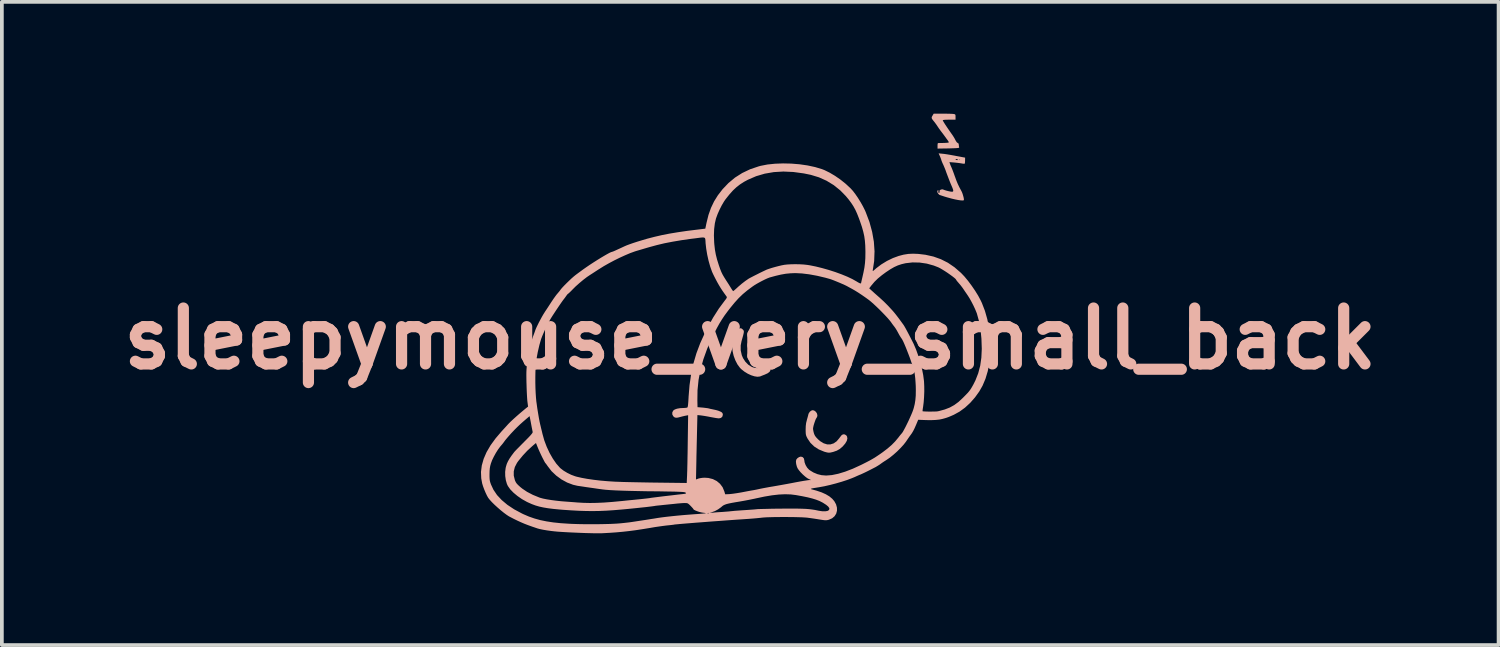
<source format=kicad_pcb>
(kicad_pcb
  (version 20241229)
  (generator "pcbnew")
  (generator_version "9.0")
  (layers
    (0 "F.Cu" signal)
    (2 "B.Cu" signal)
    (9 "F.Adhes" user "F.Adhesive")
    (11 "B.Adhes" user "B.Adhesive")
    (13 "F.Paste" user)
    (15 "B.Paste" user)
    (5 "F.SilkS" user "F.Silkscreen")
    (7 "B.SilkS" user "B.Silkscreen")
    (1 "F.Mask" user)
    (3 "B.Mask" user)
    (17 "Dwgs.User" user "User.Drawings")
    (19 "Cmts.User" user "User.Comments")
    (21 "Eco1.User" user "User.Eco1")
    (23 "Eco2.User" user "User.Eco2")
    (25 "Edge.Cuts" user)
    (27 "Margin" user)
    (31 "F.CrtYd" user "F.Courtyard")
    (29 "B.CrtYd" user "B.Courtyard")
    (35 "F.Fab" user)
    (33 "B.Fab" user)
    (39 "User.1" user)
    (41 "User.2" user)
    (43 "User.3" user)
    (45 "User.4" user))
  (footprint "sleepymouse_very_small_back"
    (layer "F.Cu")
    (at 16.452 6.039)
    (property "Reference" "sleepymouse_very_small_back" (at 0.633 0 0) (layer "B.SilkS") (effects (font (size 1.5 1.5) (thickness 0.3))))
    (attr board_only exclude_from_pos_files exclude_from_bom)
    (fp_poly (pts (xy 0.317 -0.262) (xy 0.276 -0.219) (xy 0.26 -0.19) (xy 0.234 -0.131) (xy 0.208 -0.055) (xy 0.184 0.027) (xy 0.165 0.108) (xy 0.153 0.177) (xy 0.15 0.217) (xy 0.16 0.337) (xy 0.189 0.462) (xy 0.234 0.582) (xy 0.291 0.692) (xy 0.359 0.784) (xy 0.396 0.821) (xy 0.478 0.886) (xy 0.568 0.941) (xy 0.659 0.983) (xy 0.747 1.011) (xy 0.826 1.023) (xy 0.891 1.016) (xy 0.905 1.012) (xy 0.934 1) (xy 0.979 0.982) (xy 1.019 0.967) (xy 1.1 0.93) (xy 1.152 0.891) (xy 1.175 0.852) (xy 1.17 0.81) (xy 1.14 0.769) (xy 1.091 0.74) (xy 1.035 0.734) (xy 0.98 0.753) (xy 0.967 0.762) (xy 0.919 0.784) (xy 0.854 0.793) (xy 0.78 0.788) (xy 0.707 0.771) (xy 0.67 0.756) (xy 0.582 0.7) (xy 0.504 0.621) (xy 0.442 0.526) (xy 0.408 0.448) (xy 0.378 0.314) (xy 0.378 0.182) (xy 0.399 0.073) (xy 0.425 -0.02) (xy 0.444 -0.089) (xy 0.456 -0.139) (xy 0.462 -0.173) (xy 0.462 -0.197) (xy 0.458 -0.214) (xy 0.449 -0.229) (xy 0.445 -0.235) (xy 0.405 -0.271) (xy 0.361 -0.28)) (stroke (width 0) (type solid)) (fill yes) (layer "B.SilkS"))
    (fp_poly (pts (xy 2.269 1.933) (xy 2.229 1.966) (xy 2.201 2.011) (xy 2.194 2.032) (xy 2.186 2.067) (xy 2.172 2.118) (xy 2.155 2.177) (xy 2.154 2.184) (xy 2.134 2.263) (xy 2.124 2.345) (xy 2.121 2.44) (xy 2.122 2.509) (xy 2.125 2.558) (xy 2.133 2.596) (xy 2.147 2.633) (xy 2.17 2.677) (xy 2.172 2.682) (xy 2.25 2.797) (xy 2.351 2.895) (xy 2.473 2.973) (xy 2.615 3.032) (xy 2.64 3.04) (xy 2.698 3.055) (xy 2.744 3.061) (xy 2.789 3.057) (xy 2.848 3.043) (xy 2.858 3.041) (xy 2.956 3.007) (xy 3.037 2.961) (xy 3.113 2.896) (xy 3.117 2.892) (xy 3.183 2.815) (xy 3.225 2.744) (xy 3.241 2.68) (xy 3.232 2.626) (xy 3.212 2.597) (xy 3.172 2.571) (xy 3.127 2.568) (xy 3.089 2.588) (xy 3.068 2.614) (xy 3.038 2.652) (xy 3.023 2.673) (xy 2.952 2.756) (xy 2.873 2.811) (xy 2.787 2.838) (xy 2.698 2.838) (xy 2.605 2.809) (xy 2.513 2.753) (xy 2.457 2.705) (xy 2.407 2.653) (xy 2.374 2.611) (xy 2.353 2.568) (xy 2.342 2.537) (xy 2.329 2.484) (xy 2.321 2.437) (xy 2.319 2.416) (xy 2.324 2.379) (xy 2.336 2.326) (xy 2.354 2.267) (xy 2.374 2.209) (xy 2.393 2.16) (xy 2.41 2.13) (xy 2.414 2.125) (xy 2.429 2.099) (xy 2.436 2.059) (xy 2.436 2.056) (xy 2.424 2.007) (xy 2.394 1.962) (xy 2.352 1.931) (xy 2.312 1.92)) (stroke (width 0) (type solid)) (fill yes) (layer "B.SilkS"))
    (fp_poly (pts (xy 5.529 -5.991) (xy 5.508 -5.954) (xy 5.503 -5.925) (xy 5.513 -5.897) (xy 5.542 -5.858) (xy 5.551 -5.847) (xy 5.589 -5.8) (xy 5.631 -5.742) (xy 5.657 -5.703) (xy 5.697 -5.644) (xy 5.743 -5.58) (xy 5.77 -5.545) (xy 5.808 -5.495) (xy 5.845 -5.445) (xy 5.866 -5.416) (xy 5.899 -5.37) (xy 5.932 -5.326) (xy 5.937 -5.319) (xy 5.957 -5.288) (xy 5.963 -5.267) (xy 5.962 -5.265) (xy 5.943 -5.26) (xy 5.903 -5.256) (xy 5.847 -5.253) (xy 5.817 -5.252) (xy 5.757 -5.251) (xy 5.708 -5.25) (xy 5.678 -5.249) (xy 5.672 -5.248) (xy 5.665 -5.234) (xy 5.661 -5.2) (xy 5.661 -5.174) (xy 5.661 -5.101) (xy 5.833 -5.104) (xy 5.917 -5.105) (xy 6.005 -5.107) (xy 6.086 -5.11) (xy 6.127 -5.111) (xy 6.188 -5.115) (xy 6.223 -5.119) (xy 6.24 -5.126) (xy 6.242 -5.137) (xy 6.241 -5.139) (xy 6.234 -5.17) (xy 6.232 -5.203) (xy 6.224 -5.238) (xy 6.203 -5.251) (xy 6.178 -5.269) (xy 6.153 -5.306) (xy 6.144 -5.323) (xy 6.118 -5.373) (xy 6.084 -5.429) (xy 6.068 -5.454) (xy 5.99 -5.565) (xy 5.924 -5.661) (xy 5.871 -5.74) (xy 5.832 -5.802) (xy 5.808 -5.843) (xy 5.801 -5.863) (xy 5.801 -5.864) (xy 5.818 -5.869) (xy 5.858 -5.874) (xy 5.915 -5.876) (xy 5.977 -5.877) (xy 6.144 -5.877) (xy 6.144 -5.949) (xy 6.143 -5.992) (xy 6.136 -6.014) (xy 6.118 -6.025) (xy 6.099 -6.029) (xy 6.069 -6.032) (xy 6.016 -6.035) (xy 5.945 -6.037) (xy 5.864 -6.038) (xy 5.805 -6.039) (xy 5.558 -6.039)) (stroke (width 0) (type solid)) (fill yes) (layer "B.SilkS"))
    (fp_poly (pts (xy 5.727 -4.89) (xy 5.746 -4.844) (xy 5.759 -4.808) (xy 5.763 -4.792) (xy 5.769 -4.773) (xy 5.784 -4.735) (xy 5.806 -4.685) (xy 5.813 -4.672) (xy 5.837 -4.616) (xy 5.858 -4.566) (xy 5.871 -4.532) (xy 5.873 -4.529) (xy 5.882 -4.502) (xy 5.899 -4.454) (xy 5.922 -4.393) (xy 5.948 -4.325) (xy 5.974 -4.257) (xy 5.998 -4.196) (xy 6.017 -4.149) (xy 6.027 -4.126) (xy 6.059 -4.052) (xy 6.078 -4) (xy 6.083 -3.967) (xy 6.076 -3.949) (xy 6.056 -3.943) (xy 6.05 -3.943) (xy 6.015 -3.946) (xy 5.965 -3.956) (xy 5.911 -3.969) (xy 5.86 -3.984) (xy 5.824 -3.997) (xy 5.813 -4.003) (xy 5.787 -4.008) (xy 5.753 -4.001) (xy 5.722 -3.985) (xy 5.714 -3.964) (xy 5.716 -3.949) (xy 5.716 -3.921) (xy 5.699 -3.913) (xy 5.682 -3.92) (xy 5.683 -3.946) (xy 5.684 -3.95) (xy 5.685 -3.979) (xy 5.673 -3.986) (xy 5.658 -3.969) (xy 5.655 -3.963) (xy 5.656 -3.931) (xy 5.675 -3.895) (xy 5.705 -3.864) (xy 5.716 -3.857) (xy 5.738 -3.849) (xy 5.784 -3.834) (xy 5.845 -3.814) (xy 5.918 -3.792) (xy 5.948 -3.784) (xy 6.042 -3.758) (xy 6.132 -3.737) (xy 6.214 -3.721) (xy 6.283 -3.711) (xy 6.335 -3.708) (xy 6.363 -3.713) (xy 6.366 -3.715) (xy 6.369 -3.735) (xy 6.364 -3.775) (xy 6.351 -3.826) (xy 6.335 -3.881) (xy 6.316 -3.932) (xy 6.302 -3.96) (xy 6.248 -4.061) (xy 6.205 -4.15) (xy 6.168 -4.239) (xy 6.132 -4.339) (xy 6.128 -4.348) (xy 6.102 -4.422) (xy 6.075 -4.495) (xy 6.051 -4.556) (xy 6.037 -4.59) (xy 6.015 -4.639) (xy 5.998 -4.683) (xy 5.991 -4.703) (xy 5.98 -4.738) (xy 6.102 -4.728) (xy 6.172 -4.721) (xy 6.242 -4.713) (xy 6.298 -4.704) (xy 6.303 -4.703) (xy 6.348 -4.696) (xy 6.38 -4.694) (xy 6.39 -4.697) (xy 6.396 -4.716) (xy 6.399 -4.754) (xy 6.4 -4.782) (xy 6.4 -4.803) (xy 6.257 -4.803) (xy 6.255 -4.794) (xy 6.247 -4.793) (xy 6.237 -4.797) (xy 6.213 -4.797) (xy 6.198 -4.793) (xy 6.185 -4.793) (xy 6.155 -4.797) (xy 6.144 -4.807) (xy 6.155 -4.82) (xy 6.181 -4.818) (xy 6.203 -4.807) (xy 6.213 -4.797) (xy 6.237 -4.797) (xy 6.235 -4.798) (xy 6.237 -4.803) (xy 6.255 -4.804) (xy 6.257 -4.803) (xy 6.4 -4.803) (xy 6.401 -4.858) (xy 6.342 -4.869) (xy 6.306 -4.876) (xy 6.248 -4.887) (xy 6.176 -4.9) (xy 6.099 -4.915) (xy 6.087 -4.917) (xy 6.004 -4.932) (xy 5.921 -4.946) (xy 5.847 -4.957) (xy 5.792 -4.963) (xy 5.79 -4.963) (xy 5.69 -4.973)) (stroke (width 0) (type solid)) (fill yes) (layer "B.SilkS"))
    (fp_poly (pts (xy 1.299 -4.695) (xy 1.097 -4.674) (xy 0.912 -4.638) (xy 0.861 -4.624) (xy 0.63 -4.546) (xy 0.418 -4.445) (xy 0.224 -4.322) (xy 0.047 -4.174) (xy -0.11 -4.009) (xy -0.235 -3.847) (xy -0.337 -3.683) (xy -0.42 -3.509) (xy -0.487 -3.32) (xy -0.539 -3.11) (xy -0.54 -3.106) (xy -0.572 -2.952) (xy -0.794 -2.925) (xy -1.063 -2.892) (xy -1.308 -2.856) (xy -1.532 -2.819) (xy -1.741 -2.778) (xy -1.939 -2.732) (xy -2.132 -2.682) (xy -2.254 -2.646) (xy -2.393 -2.604) (xy -2.507 -2.567) (xy -2.602 -2.534) (xy -2.682 -2.504) (xy -2.751 -2.474) (xy -2.757 -2.471) (xy -2.856 -2.425) (xy -2.933 -2.39) (xy -2.989 -2.364) (xy -3.028 -2.347) (xy -3.053 -2.337) (xy -3.069 -2.332) (xy -3.075 -2.33) (xy -3.102 -2.322) (xy -3.149 -2.3) (xy -3.213 -2.265) (xy -3.291 -2.22) (xy -3.38 -2.167) (xy -3.475 -2.108) (xy -3.573 -2.046) (xy -3.671 -1.982) (xy -3.765 -1.918) (xy -3.852 -1.857) (xy -3.912 -1.813) (xy -3.968 -1.772) (xy -4.026 -1.729) (xy -4.064 -1.7) (xy -4.108 -1.664) (xy -4.164 -1.615) (xy -4.226 -1.556) (xy -4.29 -1.494) (xy -4.351 -1.433) (xy -4.402 -1.379) (xy -4.44 -1.336) (xy -4.453 -1.319) (xy -4.487 -1.273) (xy -4.525 -1.228) (xy -4.529 -1.223) (xy -4.56 -1.187) (xy -4.597 -1.138) (xy -4.643 -1.074) (xy -4.699 -0.991) (xy -4.756 -0.903) (xy -4.797 -0.84) (xy -4.838 -0.778) (xy -4.873 -0.726) (xy -4.886 -0.705) (xy -4.918 -0.654) (xy -4.957 -0.587) (xy -4.998 -0.511) (xy -5.04 -0.432) (xy -5.077 -0.357) (xy -5.108 -0.292) (xy -5.129 -0.243) (xy -5.133 -0.232) (xy -5.148 -0.187) (xy -5.17 -0.127) (xy -5.194 -0.063) (xy -5.199 -0.051) (xy -5.235 0.059) (xy -5.271 0.197) (xy -5.304 0.358) (xy -5.336 0.54) (xy -5.348 0.623) (xy -5.358 0.698) (xy -5.366 0.765) (xy -5.371 0.829) (xy -5.374 0.896) (xy -5.375 0.974) (xy -5.374 1.068) (xy -5.372 1.184) (xy -5.371 1.202) (xy -5.368 1.311) (xy -5.364 1.418) (xy -5.359 1.517) (xy -5.354 1.603) (xy -5.349 1.668) (xy -5.346 1.692) (xy -5.329 1.824) (xy -5.385 1.868) (xy -5.467 1.936) (xy -5.555 2.01) (xy -5.642 2.086) (xy -5.723 2.159) (xy -5.794 2.225) (xy -5.849 2.28) (xy -5.867 2.299) (xy -5.92 2.358) (xy -5.979 2.422) (xy -6.031 2.479) (xy -6.036 2.484) (xy -6.2 2.676) (xy -6.336 2.863) (xy -6.443 3.046) (xy -6.521 3.226) (xy -6.571 3.403) (xy -6.593 3.577) (xy -6.586 3.749) (xy -6.561 3.885) (xy -6.538 3.961) (xy -6.506 4.048) (xy -6.469 4.136) (xy -6.431 4.216) (xy -6.399 4.272) (xy -6.359 4.323) (xy -6.301 4.387) (xy -6.229 4.458) (xy -6.148 4.532) (xy -6.064 4.605) (xy -5.981 4.672) (xy -5.904 4.729) (xy -5.84 4.771) (xy -5.824 4.779) (xy -5.711 4.838) (xy -5.612 4.886) (xy -5.52 4.928) (xy -5.429 4.967) (xy -5.331 5.005) (xy -5.22 5.045) (xy -5.087 5.09) (xy -5.083 5.092) (xy -5.016 5.11) (xy -4.925 5.129) (xy -4.818 5.147) (xy -4.701 5.163) (xy -4.621 5.172) (xy -4.539 5.18) (xy -4.437 5.187) (xy -4.318 5.194) (xy -4.187 5.201) (xy -4.05 5.207) (xy -3.912 5.213) (xy -3.777 5.218) (xy -3.649 5.221) (xy -3.535 5.224) (xy -3.439 5.224) (xy -3.365 5.223) (xy -3.346 5.223) (xy -3.144 5.212) (xy -2.96 5.199) (xy -2.786 5.183) (xy -2.615 5.164) (xy -2.439 5.141) (xy -2.25 5.112) (xy -2.041 5.078) (xy -2.019 5.074) (xy -1.92 5.057) (xy -1.816 5.042) (xy -1.716 5.028) (xy -1.631 5.017) (xy -1.594 5.013) (xy -1.525 5.006) (xy -1.466 4.999) (xy -1.423 4.994) (xy -1.404 4.99) (xy -1.383 4.987) (xy -1.336 4.983) (xy -1.265 4.976) (xy -1.173 4.968) (xy -1.063 4.959) (xy -0.939 4.949) (xy -0.802 4.938) (xy -0.655 4.927) (xy -0.502 4.915) (xy -0.345 4.903) (xy -0.187 4.892) (xy -0.03 4.88) (xy 0.121 4.869) (xy 0.265 4.859) (xy 0.399 4.85) (xy 0.487 4.844) (xy 0.591 4.837) (xy 0.694 4.829) (xy 0.789 4.821) (xy 0.87 4.813) (xy 0.929 4.807) (xy 0.941 4.805) (xy 0.995 4.8) (xy 1.074 4.795) (xy 1.173 4.792) (xy 1.286 4.789) (xy 1.41 4.788) (xy 1.54 4.787) (xy 1.67 4.788) (xy 1.796 4.789) (xy 1.914 4.792) (xy 2.018 4.795) (xy 2.104 4.8) (xy 2.168 4.805) (xy 2.172 4.806) (xy 2.247 4.816) (xy 2.337 4.829) (xy 2.429 4.843) (xy 2.49 4.853) (xy 2.567 4.865) (xy 2.621 4.872) (xy 2.661 4.874) (xy 2.694 4.872) (xy 2.727 4.865) (xy 2.748 4.859) (xy 2.833 4.821) (xy 2.897 4.766) (xy 2.941 4.697) (xy 2.944 4.686) (xy -0.475 4.686) (xy -0.495 4.688) (xy -0.511 4.686) (xy -0.559 4.686) (xy -0.575 4.689) (xy -0.616 4.693) (xy -0.677 4.699) (xy -0.754 4.705) (xy -0.843 4.711) (xy -0.871 4.713) (xy -1.015 4.724) (xy -1.165 4.736) (xy -1.317 4.75) (xy -1.465 4.765) (xy -1.602 4.78) (xy -1.724 4.795) (xy -1.825 4.809) (xy -1.858 4.814) (xy -1.91 4.823) (xy -1.965 4.832) (xy -2.027 4.841) (xy -2.1 4.853) (xy -2.188 4.867) (xy -2.295 4.883) (xy -2.425 4.903) (xy -2.518 4.917) (xy -2.622 4.932) (xy -2.738 4.945) (xy -2.854 4.957) (xy -2.957 4.965) (xy -2.979 4.966) (xy -3.119 4.973) (xy -3.28 4.977) (xy -3.454 4.98) (xy -3.635 4.981) (xy -3.815 4.98) (xy -3.985 4.977) (xy -4.139 4.972) (xy -4.225 4.968) (xy -4.452 4.953) (xy -4.654 4.932) (xy -4.836 4.904) (xy -5.002 4.87) (xy -5.157 4.827) (xy -5.304 4.776) (xy -5.449 4.714) (xy -5.493 4.693) (xy -5.702 4.581) (xy -5.883 4.461) (xy -6.036 4.333) (xy -6.162 4.198) (xy -6.259 4.054) (xy -6.325 3.912) (xy -6.343 3.86) (xy -6.355 3.815) (xy -6.361 3.767) (xy -6.364 3.708) (xy -6.364 3.635) (xy -6.362 3.548) (xy -6.356 3.479) (xy -6.345 3.417) (xy -6.327 3.352) (xy -6.325 3.346) (xy -6.294 3.262) (xy -6.248 3.167) (xy -6.194 3.069) (xy -6.136 2.977) (xy -6.079 2.9) (xy -6.056 2.873) (xy -6.015 2.825) (xy -5.976 2.774) (xy -5.958 2.748) (xy -5.934 2.717) (xy -5.895 2.67) (xy -5.845 2.612) (xy -5.789 2.549) (xy -5.761 2.519) (xy -5.688 2.442) (xy -5.619 2.373) (xy -5.549 2.306) (xy -5.47 2.235) (xy -5.376 2.154) (xy -5.337 2.121) (xy -5.289 2.08) (xy -5.281 2.114) (xy -5.276 2.141) (xy -5.266 2.19) (xy -5.254 2.253) (xy -5.244 2.308) (xy -5.231 2.377) (xy -5.219 2.437) (xy -5.21 2.482) (xy -5.206 2.501) (xy -5.206 2.515) (xy -5.215 2.534) (xy -5.235 2.561) (xy -5.267 2.599) (xy -5.315 2.65) (xy -5.381 2.717) (xy -5.437 2.773) (xy -5.506 2.843) (xy -5.57 2.908) (xy -5.625 2.963) (xy -5.667 3.007) (xy -5.693 3.035) (xy -5.699 3.042) (xy -5.772 3.139) (xy -5.828 3.221) (xy -5.869 3.293) (xy -5.9 3.361) (xy -5.921 3.431) (xy -5.931 3.471) (xy -5.944 3.576) (xy -5.942 3.688) (xy -5.926 3.799) (xy -5.897 3.899) (xy -5.871 3.955) (xy -5.808 4.044) (xy -5.721 4.134) (xy -5.614 4.223) (xy -5.493 4.307) (xy -5.361 4.381) (xy -5.325 4.398) (xy -5.228 4.441) (xy -5.131 4.477) (xy -5.029 4.507) (xy -4.918 4.531) (xy -4.793 4.552) (xy -4.65 4.57) (xy -4.484 4.586) (xy -4.386 4.594) (xy -4.164 4.609) (xy -3.961 4.62) (xy -3.773 4.626) (xy -3.592 4.628) (xy -3.412 4.625) (xy -3.226 4.617) (xy -3.029 4.604) (xy -2.813 4.586) (xy -2.664 4.572) (xy -2.532 4.559) (xy -2.405 4.546) (xy -2.285 4.533) (xy -2.177 4.522) (xy -2.085 4.511) (xy -2.011 4.502) (xy -1.96 4.495) (xy -1.939 4.492) (xy -1.912 4.487) (xy -1.864 4.481) (xy -1.803 4.475) (xy -1.763 4.471) (xy -1.69 4.463) (xy -1.599 4.454) (xy -1.502 4.444) (xy -1.411 4.435) (xy -1.328 4.426) (xy -1.248 4.419) (xy -1.18 4.414) (xy -1.13 4.412) (xy -1.124 4.412) (xy -1.081 4.413) (xy -1.05 4.419) (xy -1.023 4.435) (xy -0.989 4.466) (xy -0.967 4.488) (xy -0.93 4.527) (xy -0.903 4.558) (xy -0.891 4.576) (xy -0.891 4.577) (xy -0.878 4.592) (xy -0.843 4.61) (xy -0.794 4.63) (xy -0.739 4.649) (xy -0.683 4.663) (xy -0.64 4.671) (xy -0.595 4.676) (xy -0.566 4.682) (xy -0.559 4.686) (xy -0.511 4.686) (xy -0.516 4.686) (xy -0.513 4.68) (xy -0.483 4.678) (xy -0.477 4.68) (xy -0.475 4.686) (xy 2.944 4.686) (xy 2.962 4.618) (xy 2.962 4.568) (xy 2.759 4.568) (xy 2.746 4.601) (xy 2.708 4.624) (xy 2.648 4.634) (xy 2.569 4.633) (xy 2.473 4.619) (xy 2.436 4.611) (xy 2.367 4.597) (xy 2.295 4.586) (xy 2.215 4.576) (xy 2.126 4.569) (xy 2.023 4.565) (xy 1.904 4.562) (xy 1.765 4.561) (xy 1.603 4.561) (xy 1.44 4.563) (xy 1.31 4.564) (xy 1.188 4.566) (xy 1.077 4.569) (xy 0.98 4.571) (xy 0.902 4.573) (xy 0.845 4.575) (xy 0.813 4.577) (xy 0.809 4.578) (xy 0.778 4.581) (xy 0.724 4.586) (xy 0.652 4.591) (xy 0.568 4.597) (xy 0.494 4.602) (xy 0.4 4.608) (xy 0.307 4.615) (xy 0.222 4.621) (xy 0.154 4.628) (xy 0.12 4.631) (xy 0.058 4.638) (xy -0.021 4.644) (xy -0.106 4.651) (xy -0.158 4.654) (xy -0.225 4.658) (xy -0.28 4.662) (xy -0.317 4.665) (xy -0.33 4.667) (xy -0.345 4.669) (xy -0.379 4.671) (xy -0.396 4.672) (xy -0.458 4.673) (xy -0.403 4.66) (xy -0.318 4.63) (xy -0.229 4.582) (xy -0.148 4.524) (xy -0.135 4.512) (xy -0.108 4.489) (xy -0.078 4.47) (xy -0.042 4.454) (xy 0.004 4.438) (xy 0.066 4.423) (xy 0.145 4.407) (xy 0.247 4.389) (xy 0.333 4.375) (xy 0.475 4.35) (xy 0.616 4.323) (xy 0.743 4.297) (xy 0.787 4.287) (xy 1.014 4.239) (xy 1.217 4.205) (xy 1.401 4.184) (xy 1.568 4.176) (xy 1.721 4.181) (xy 1.858 4.198) (xy 2.03 4.229) (xy 2.175 4.259) (xy 2.298 4.29) (xy 2.402 4.322) (xy 2.492 4.357) (xy 2.569 4.396) (xy 2.59 4.408) (xy 2.671 4.46) (xy 2.725 4.505) (xy 2.753 4.545) (xy 2.759 4.568) (xy 2.962 4.568) (xy 2.961 4.534) (xy 2.937 4.447) (xy 2.89 4.362) (xy 2.835 4.298) (xy 2.757 4.233) (xy 2.663 4.177) (xy 2.55 4.126) (xy 2.414 4.08) (xy 2.319 4.054) (xy 2.285 4.045) (xy 2.265 4.038) (xy 2.262 4.031) (xy 2.277 4.024) (xy 2.314 4.015) (xy 2.374 4.005) (xy 2.461 3.991) (xy 2.48 3.988) (xy 2.622 3.962) (xy 2.775 3.927) (xy 2.933 3.886) (xy 3.088 3.841) (xy 3.233 3.794) (xy 3.361 3.746) (xy 3.436 3.715) (xy 3.495 3.688) (xy 3.543 3.667) (xy 3.575 3.653) (xy 3.585 3.65) (xy 3.602 3.643) (xy 3.639 3.626) (xy 3.691 3.602) (xy 3.753 3.572) (xy 3.819 3.539) (xy 3.884 3.506) (xy 3.942 3.476) (xy 3.989 3.452) (xy 4.004 3.444) (xy 4.057 3.412) (xy 4.109 3.379) (xy 4.135 3.36) (xy 4.174 3.332) (xy 4.227 3.296) (xy 4.283 3.261) (xy 4.287 3.258) (xy 4.379 3.195) (xy 4.477 3.116) (xy 4.576 3.028) (xy 4.669 2.935) (xy 4.752 2.844) (xy 4.816 2.761) (xy 4.828 2.743) (xy 4.866 2.687) (xy 4.906 2.629) (xy 4.932 2.594) (xy 4.973 2.537) (xy 5.009 2.476) (xy 5.045 2.404) (xy 5.085 2.313) (xy 5.093 2.294) (xy 5.142 2.177) (xy 5.2 2.18) (xy 5.362 2.186) (xy 5.498 2.187) (xy 5.612 2.182) (xy 5.708 2.172) (xy 5.782 2.157) (xy 5.846 2.14) (xy 5.899 2.124) (xy 5.95 2.106) (xy 6.007 2.083) (xy 6.08 2.051) (xy 6.1 2.042) (xy 6.251 1.959) (xy 6.398 1.852) (xy 6.538 1.723) (xy 6.667 1.576) (xy 6.782 1.416) (xy 6.87 1.261) (xy 6.948 1.076) (xy 7.009 0.872) (xy 7.051 0.653) (xy 7.075 0.423) (xy 7.08 0.266) (xy 6.848 0.266) (xy 6.848 0.276) (xy 6.837 0.511) (xy 6.806 0.727) (xy 6.753 0.929) (xy 6.678 1.12) (xy 6.626 1.224) (xy 6.591 1.287) (xy 6.562 1.336) (xy 6.534 1.378) (xy 6.504 1.417) (xy 6.467 1.46) (xy 6.419 1.51) (xy 6.355 1.575) (xy 6.338 1.592) (xy 6.224 1.698) (xy 6.11 1.782) (xy 5.989 1.849) (xy 5.855 1.901) (xy 5.701 1.943) (xy 5.668 1.95) (xy 5.636 1.954) (xy 5.586 1.956) (xy 5.523 1.957) (xy 5.455 1.958) (xy 5.388 1.957) (xy 5.329 1.955) (xy 5.284 1.952) (xy 5.261 1.949) (xy 5.259 1.948) (xy 5.259 1.932) (xy 5.263 1.894) (xy 5.271 1.842) (xy 5.274 1.825) (xy 5.289 1.706) (xy 5.299 1.569) (xy 5.305 1.423) (xy 5.305 1.392) (xy 5.078 1.392) (xy 5.076 1.53) (xy 5.066 1.647) (xy 5.049 1.754) (xy 5.023 1.86) (xy 5.007 1.911) (xy 4.987 1.966) (xy 4.958 2.036) (xy 4.922 2.117) (xy 4.883 2.204) (xy 4.841 2.29) (xy 4.801 2.371) (xy 4.763 2.442) (xy 4.732 2.498) (xy 4.709 2.532) (xy 4.705 2.537) (xy 4.678 2.568) (xy 4.642 2.612) (xy 4.61 2.654) (xy 4.524 2.757) (xy 4.429 2.854) (xy 4.319 2.949) (xy 4.189 3.048) (xy 4.124 3.094) (xy 4.047 3.146) (xy 3.979 3.191) (xy 3.913 3.23) (xy 3.844 3.269) (xy 3.764 3.311) (xy 3.667 3.36) (xy 3.609 3.389) (xy 3.387 3.491) (xy 3.182 3.57) (xy 2.994 3.627) (xy 2.824 3.662) (xy 2.671 3.674) (xy 2.547 3.664) (xy 2.438 3.637) (xy 2.33 3.592) (xy 2.235 3.534) (xy 2.211 3.516) (xy 2.161 3.462) (xy 2.12 3.393) (xy 2.093 3.321) (xy 2.085 3.266) (xy 2.073 3.214) (xy 2.04 3.179) (xy 1.993 3.166) (xy 1.992 3.166) (xy 1.947 3.178) (xy 1.902 3.207) (xy 1.871 3.245) (xy 1.867 3.255) (xy 1.86 3.302) (xy 1.867 3.365) (xy 1.884 3.43) (xy 1.903 3.477) (xy 1.936 3.526) (xy 1.985 3.585) (xy 2.044 3.645) (xy 2.106 3.7) (xy 2.162 3.743) (xy 2.194 3.761) (xy 2.268 3.796) (xy 2.216 3.796) (xy 2.187 3.799) (xy 2.134 3.807) (xy 2.062 3.818) (xy 1.977 3.833) (xy 1.884 3.85) (xy 1.857 3.855) (xy 1.739 3.878) (xy 1.604 3.903) (xy 1.466 3.928) (xy 1.335 3.951) (xy 1.249 3.966) (xy 1.153 3.982) (xy 1.061 3.999) (xy 0.98 4.014) (xy 0.915 4.027) (xy 0.872 4.036) (xy 0.868 4.037) (xy 0.808 4.05) (xy 0.747 4.062) (xy 0.721 4.067) (xy 0.678 4.074) (xy 0.616 4.085) (xy 0.546 4.098) (xy 0.505 4.106) (xy 0.384 4.129) (xy 0.269 4.148) (xy 0.165 4.163) (xy 0.08 4.172) (xy 0.03 4.175) (xy -0.039 4.177) (xy -0.049 4.142) (xy -1.096 4.142) (xy -1.098 4.161) (xy -1.1 4.163) (xy -1.116 4.164) (xy -1.157 4.169) (xy -1.218 4.176) (xy -1.293 4.184) (xy -1.378 4.194) (xy -1.468 4.205) (xy -1.558 4.215) (xy -1.643 4.225) (xy -1.72 4.234) (xy -1.782 4.242) (xy -1.792 4.243) (xy -1.873 4.253) (xy -1.953 4.263) (xy -2.022 4.272) (xy -2.07 4.28) (xy -2.117 4.286) (xy -2.185 4.294) (xy -2.266 4.303) (xy -2.353 4.312) (xy -2.386 4.315) (xy -2.49 4.326) (xy -2.607 4.337) (xy -2.724 4.349) (xy -2.827 4.36) (xy -2.833 4.36) (xy -3.074 4.383) (xy -3.291 4.399) (xy -3.488 4.408) (xy -3.669 4.411) (xy -3.839 4.407) (xy -3.998 4.398) (xy -4.083 4.391) (xy -4.174 4.384) (xy -4.258 4.378) (xy -4.298 4.375) (xy -4.439 4.364) (xy -4.577 4.349) (xy -4.707 4.332) (xy -4.825 4.313) (xy -4.925 4.293) (xy -5.003 4.272) (xy -5.024 4.265) (xy -5.204 4.191) (xy -5.357 4.111) (xy -5.485 4.025) (xy -5.537 3.983) (xy -5.592 3.933) (xy -5.63 3.894) (xy -5.656 3.857) (xy -5.676 3.816) (xy -5.684 3.794) (xy -5.713 3.677) (xy -5.713 3.561) (xy -5.684 3.446) (xy -5.626 3.334) (xy -5.593 3.287) (xy -5.472 3.139) (xy -5.35 3.008) (xy -5.217 2.886) (xy -5.184 2.857) (xy -5.117 2.801) (xy -5.069 2.921) (xy -5.044 2.98) (xy -5.014 3.047) (xy -4.981 3.118) (xy -4.947 3.188) (xy -4.915 3.25) (xy -4.889 3.3) (xy -4.87 3.333) (xy -4.862 3.342) (xy -4.849 3.357) (xy -4.825 3.39) (xy -4.8 3.426) (xy -4.698 3.558) (xy -4.573 3.676) (xy -4.432 3.779) (xy -4.28 3.862) (xy -4.121 3.922) (xy -4.005 3.949) (xy -3.973 3.954) (xy -3.917 3.962) (xy -3.844 3.973) (xy -3.759 3.986) (xy -3.667 3.999) (xy -3.574 4.012) (xy -3.487 4.025) (xy -3.41 4.036) (xy -3.349 4.044) (xy -3.338 4.046) (xy -3.247 4.056) (xy -3.127 4.065) (xy -2.978 4.073) (xy -2.802 4.08) (xy -2.599 4.086) (xy -2.369 4.091) (xy -2.112 4.096) (xy -1.968 4.097) (xy -1.785 4.099) (xy -1.629 4.102) (xy -1.498 4.104) (xy -1.39 4.106) (xy -1.303 4.109) (xy -1.235 4.112) (xy -1.183 4.115) (xy -1.145 4.119) (xy -1.12 4.124) (xy -1.105 4.129) (xy -1.097 4.136) (xy -1.096 4.142) (xy -0.049 4.142) (xy -0.062 4.098) (xy -0.108 3.988) (xy -0.177 3.896) (xy -0.265 3.822) (xy -0.37 3.769) (xy -0.49 3.739) (xy -0.59 3.732) (xy -0.654 3.736) (xy -0.717 3.746) (xy -0.758 3.756) (xy -0.822 3.78) (xy -0.812 3.293) (xy -0.81 3.153) (xy -0.806 3.001) (xy -0.803 2.846) (xy -0.799 2.695) (xy -0.796 2.556) (xy -0.793 2.438) (xy -0.793 2.429) (xy -0.784 2.051) (xy -0.694 2.06) (xy -0.643 2.067) (xy -0.573 2.078) (xy -0.494 2.092) (xy -0.429 2.105) (xy -0.356 2.118) (xy -0.289 2.13) (xy -0.236 2.137) (xy -0.206 2.14) (xy -0.153 2.128) (xy -0.117 2.096) (xy -0.102 2.048) (xy -0.102 2.033) (xy -0.11 2.002) (xy -0.129 1.979) (xy -0.169 1.956) (xy -0.173 1.955) (xy -0.224 1.934) (xy -0.288 1.916) (xy -0.334 1.906) (xy -0.391 1.894) (xy -0.443 1.883) (xy -0.473 1.875) (xy -0.508 1.867) (xy -0.563 1.86) (xy -0.626 1.852) (xy -0.649 1.85) (xy -0.781 1.839) (xy -0.785 1.656) (xy -0.781 1.382) (xy -0.753 1.108) (xy -0.701 0.833) (xy -0.624 0.555) (xy -0.522 0.271) (xy -0.395 -0.02) (xy -0.26 -0.286) (xy -0.194 -0.405) (xy -0.127 -0.514) (xy -0.055 -0.622) (xy 0.03 -0.737) (xy 0.095 -0.821) (xy 0.211 -0.963) (xy 0.322 -1.086) (xy 0.351 -1.114) (xy 0.006 -1.114) (xy 0.002 -1.094) (xy -0.017 -1.063) (xy -0.052 -1.018) (xy -0.209 -0.806) (xy -0.362 -0.566) (xy -0.511 -0.297) (xy -0.582 -0.157) (xy -0.707 0.118) (xy -0.81 0.391) (xy -0.891 0.666) (xy -0.952 0.949) (xy -0.995 1.246) (xy -1.021 1.562) (xy -1.022 1.589) (xy -1.028 1.688) (xy -1.034 1.761) (xy -1.04 1.811) (xy -1.048 1.839) (xy -1.054 1.848) (xy -1.079 1.855) (xy -1.122 1.86) (xy -1.156 1.861) (xy -1.25 1.866) (xy -1.331 1.88) (xy -1.393 1.902) (xy -1.432 1.93) (xy -1.434 1.931) (xy -1.459 1.984) (xy -1.457 2.038) (xy -1.429 2.087) (xy -1.426 2.089) (xy -1.395 2.114) (xy -1.358 2.123) (xy -1.31 2.119) (xy -1.246 2.103) (xy -1.186 2.087) (xy -1.123 2.072) (xy -1.102 2.068) (xy -1.033 2.055) (xy -1.043 2.753) (xy -1.045 2.903) (xy -1.047 3.05) (xy -1.05 3.192) (xy -1.052 3.325) (xy -1.055 3.443) (xy -1.057 3.543) (xy -1.06 3.621) (xy -1.061 3.663) (xy -1.071 3.874) (xy -1.879 3.864) (xy -2.041 3.862) (xy -2.204 3.859) (xy -2.364 3.856) (xy -2.515 3.853) (xy -2.655 3.85) (xy -2.779 3.847) (xy -2.883 3.843) (xy -2.963 3.84) (xy -2.979 3.84) (xy -3.185 3.827) (xy -3.384 3.81) (xy -3.571 3.788) (xy -3.743 3.763) (xy -3.896 3.735) (xy -4.026 3.705) (xy -4.07 3.692) (xy -4.172 3.654) (xy -4.276 3.603) (xy -4.373 3.545) (xy -4.453 3.484) (xy -4.475 3.464) (xy -4.572 3.354) (xy -4.665 3.219) (xy -4.752 3.067) (xy -4.829 2.902) (xy -4.894 2.73) (xy -4.942 2.558) (xy -4.96 2.481) (xy -4.979 2.405) (xy -4.994 2.34) (xy -5.002 2.308) (xy -5.02 2.227) (xy -5.04 2.122) (xy -5.06 2.002) (xy -5.081 1.873) (xy -5.099 1.741) (xy -5.107 1.686) (xy -5.117 1.582) (xy -5.125 1.461) (xy -5.131 1.326) (xy -5.134 1.184) (xy -5.134 1.042) (xy -5.132 0.904) (xy -5.127 0.777) (xy -5.119 0.667) (xy -5.109 0.58) (xy -5.108 0.572) (xy -5.068 0.356) (xy -5.024 0.167) (xy -4.979 0.01) (xy -4.952 -0.06) (xy -4.915 -0.148) (xy -4.871 -0.246) (xy -4.823 -0.345) (xy -4.776 -0.439) (xy -4.732 -0.519) (xy -4.709 -0.557) (xy -4.67 -0.619) (xy -4.624 -0.689) (xy -4.574 -0.765) (xy -4.523 -0.841) (xy -4.475 -0.912) (xy -4.432 -0.974) (xy -4.398 -1.022) (xy -4.376 -1.051) (xy -4.373 -1.055) (xy -4.344 -1.092) (xy -4.312 -1.137) (xy -4.305 -1.147) (xy -4.281 -1.18) (xy -4.263 -1.199) (xy -4.259 -1.202) (xy -4.245 -1.212) (xy -4.215 -1.239) (xy -4.175 -1.278) (xy -4.141 -1.313) (xy -4.053 -1.401) (xy -3.952 -1.491) (xy -3.849 -1.577) (xy -3.75 -1.653) (xy -3.691 -1.693) (xy -3.645 -1.723) (xy -3.581 -1.764) (xy -3.509 -1.811) (xy -3.434 -1.86) (xy -3.414 -1.872) (xy -3.294 -1.947) (xy -3.158 -2.024) (xy -3.015 -2.1) (xy -2.869 -2.172) (xy -2.726 -2.237) (xy -2.592 -2.294) (xy -2.474 -2.337) (xy -2.422 -2.354) (xy -2.367 -2.37) (xy -2.292 -2.392) (xy -2.205 -2.418) (xy -2.113 -2.445) (xy -2.06 -2.46) (xy -1.869 -2.512) (xy -1.667 -2.56) (xy -1.45 -2.602) (xy -1.214 -2.642) (xy -0.954 -2.679) (xy -0.854 -2.691) (xy -0.757 -2.704) (xy -0.686 -2.713) (xy -0.635 -2.716) (xy -0.603 -2.712) (xy -0.583 -2.7) (xy -0.573 -2.676) (xy -0.569 -2.641) (xy -0.566 -2.591) (xy -0.565 -2.565) (xy -0.548 -2.415) (xy -0.521 -2.254) (xy -0.485 -2.092) (xy -0.442 -1.939) (xy -0.395 -1.805) (xy -0.39 -1.792) (xy -0.365 -1.737) (xy -0.33 -1.666) (xy -0.29 -1.588) (xy -0.25 -1.513) (xy -0.204 -1.432) (xy -0.161 -1.361) (xy -0.116 -1.292) (xy -0.063 -1.216) (xy -0.001 -1.13) (xy 0.006 -1.114) (xy 0.351 -1.114) (xy 0.434 -1.194) (xy 0.554 -1.294) (xy 0.688 -1.394) (xy 0.743 -1.432) (xy 0.8 -1.467) (xy 0.871 -1.507) (xy 0.948 -1.548) (xy 1.024 -1.586) (xy 1.091 -1.617) (xy 1.143 -1.637) (xy 1.149 -1.64) (xy 1.313 -1.685) (xy 1.457 -1.719) (xy 1.589 -1.742) (xy 1.714 -1.754) (xy 1.841 -1.759) (xy 1.846 -1.759) (xy 2.023 -1.75) (xy 2.219 -1.726) (xy 2.431 -1.687) (xy 2.651 -1.635) (xy 2.773 -1.601) (xy 2.817 -1.586) (xy 2.88 -1.562) (xy 2.954 -1.532) (xy 3.032 -1.5) (xy 3.108 -1.467) (xy 3.173 -1.438) (xy 3.222 -1.414) (xy 3.235 -1.407) (xy 3.282 -1.381) (xy 3.339 -1.35) (xy 3.374 -1.331) (xy 3.447 -1.289) (xy 3.536 -1.234) (xy 3.632 -1.17) (xy 3.73 -1.102) (xy 3.821 -1.036) (xy 3.876 -0.991) (xy 3.945 -0.93) (xy 4.022 -0.858) (xy 4.103 -0.78) (xy 4.183 -0.699) (xy 4.258 -0.621) (xy 4.324 -0.55) (xy 4.376 -0.489) (xy 4.408 -0.449) (xy 4.444 -0.397) (xy 4.48 -0.349) (xy 4.505 -0.317) (xy 4.53 -0.282) (xy 4.562 -0.231) (xy 4.595 -0.172) (xy 4.603 -0.157) (xy 4.635 -0.098) (xy 4.667 -0.045) (xy 4.693 -0.006) (xy 4.699 0.001) (xy 4.716 0.029) (xy 4.742 0.08) (xy 4.773 0.15) (xy 4.808 0.233) (xy 4.844 0.324) (xy 4.881 0.419) (xy 4.917 0.513) (xy 4.948 0.602) (xy 4.974 0.68) (xy 4.979 0.696) (xy 4.998 0.759) (xy 5.015 0.814) (xy 5.028 0.854) (xy 5.031 0.865) (xy 5.043 0.912) (xy 5.053 0.981) (xy 5.063 1.068) (xy 5.07 1.165) (xy 5.076 1.267) (xy 5.078 1.367) (xy 5.078 1.392) (xy 5.305 1.392) (xy 5.304 1.279) (xy 5.298 1.147) (xy 5.296 1.129) (xy 5.276 0.977) (xy 5.243 0.809) (xy 5.198 0.634) (xy 5.144 0.458) (xy 5.084 0.291) (xy 5.02 0.141) (xy 5.001 0.103) (xy 4.944 -0.009) (xy 4.891 -0.112) (xy 4.843 -0.203) (xy 4.802 -0.279) (xy 4.769 -0.336) (xy 4.748 -0.37) (xy 4.746 -0.372) (xy 4.677 -0.467) (xy 4.622 -0.542) (xy 4.577 -0.601) (xy 4.539 -0.65) (xy 4.506 -0.691) (xy 4.473 -0.73) (xy 4.45 -0.756) (xy 4.335 -0.881) (xy 4.222 -0.994) (xy 4.098 -1.108) (xy 4.086 -1.118) (xy 4.027 -1.17) (xy 3.968 -1.222) (xy 3.918 -1.268) (xy 3.897 -1.286) (xy 3.827 -1.351) (xy 3.89 -1.433) (xy 3.969 -1.526) (xy 4.06 -1.615) (xy 4.17 -1.705) (xy 4.276 -1.783) (xy 4.393 -1.861) (xy 4.497 -1.921) (xy 4.596 -1.966) (xy 4.696 -1.999) (xy 4.806 -2.025) (xy 4.808 -2.025) (xy 4.99 -2.046) (xy 5.18 -2.042) (xy 5.372 -2.014) (xy 5.559 -1.962) (xy 5.68 -1.915) (xy 5.73 -1.89) (xy 5.791 -1.854) (xy 5.859 -1.812) (xy 5.929 -1.766) (xy 5.997 -1.718) (xy 6.059 -1.673) (xy 6.109 -1.634) (xy 6.144 -1.603) (xy 6.159 -1.583) (xy 6.159 -1.582) (xy 6.168 -1.566) (xy 6.192 -1.535) (xy 6.226 -1.496) (xy 6.229 -1.492) (xy 6.277 -1.436) (xy 6.327 -1.371) (xy 6.358 -1.326) (xy 6.399 -1.265) (xy 6.446 -1.197) (xy 6.477 -1.151) (xy 6.523 -1.078) (xy 6.573 -0.988) (xy 6.623 -0.891) (xy 6.668 -0.795) (xy 6.703 -0.71) (xy 6.716 -0.677) (xy 6.774 -0.468) (xy 6.815 -0.244) (xy 6.839 0.000202) (xy 6.848 0.266) (xy 7.08 0.266) (xy 7.082 0.186) (xy 7.071 -0.053) (xy 7.042 -0.292) (xy 6.996 -0.524) (xy 6.932 -0.748) (xy 6.851 -0.958) (xy 6.819 -1.026) (xy 6.752 -1.152) (xy 6.669 -1.286) (xy 6.576 -1.422) (xy 6.479 -1.552) (xy 6.382 -1.669) (xy 6.29 -1.765) (xy 6.289 -1.766) (xy 6.117 -1.915) (xy 5.939 -2.037) (xy 5.751 -2.132) (xy 5.552 -2.203) (xy 5.337 -2.251) (xy 5.148 -2.274) (xy 5.004 -2.28) (xy 4.876 -2.274) (xy 4.75 -2.254) (xy 4.617 -2.219) (xy 4.462 -2.162) (xy 4.303 -2.085) (xy 4.151 -1.992) (xy 4.016 -1.89) (xy 3.993 -1.869) (xy 3.953 -1.834) (xy 3.93 -1.817) (xy 3.921 -1.817) (xy 3.922 -1.832) (xy 3.922 -1.834) (xy 3.96 -2.083) (xy 3.968 -2.301) (xy 3.725 -2.301) (xy 3.723 -2.159) (xy 3.714 -2.031) (xy 3.698 -1.905) (xy 3.672 -1.771) (xy 3.646 -1.656) (xy 3.631 -1.592) (xy 3.619 -1.539) (xy 3.611 -1.503) (xy 3.609 -1.491) (xy 3.6 -1.481) (xy 3.574 -1.487) (xy 3.529 -1.51) (xy 3.486 -1.536) (xy 3.374 -1.599) (xy 3.239 -1.663) (xy 3.085 -1.726) (xy 2.918 -1.787) (xy 2.744 -1.843) (xy 2.567 -1.893) (xy 2.394 -1.936) (xy 2.23 -1.969) (xy 2.158 -1.98) (xy 2.065 -1.99) (xy 1.957 -1.996) (xy 1.842 -1.998) (xy 1.729 -1.996) (xy 1.627 -1.99) (xy 1.545 -1.981) (xy 1.542 -1.98) (xy 1.474 -1.967) (xy 1.391 -1.947) (xy 1.303 -1.924) (xy 1.218 -1.9) (xy 1.143 -1.876) (xy 1.086 -1.856) (xy 1.073 -1.851) (xy 1.022 -1.827) (xy 0.957 -1.796) (xy 0.883 -1.76) (xy 0.806 -1.721) (xy 0.732 -1.684) (xy 0.667 -1.65) (xy 0.617 -1.624) (xy 0.589 -1.608) (xy 0.502 -1.548) (xy 0.405 -1.473) (xy 0.308 -1.39) (xy 0.282 -1.365) (xy 0.238 -1.326) (xy 0.203 -1.295) (xy 0.18 -1.278) (xy 0.176 -1.276) (xy 0.164 -1.287) (xy 0.143 -1.317) (xy 0.118 -1.357) (xy 0.087 -1.407) (xy 0.047 -1.471) (xy 0.005 -1.536) (xy -0.009 -1.557) (xy -0.063 -1.643) (xy -0.106 -1.716) (xy -0.141 -1.788) (xy -0.173 -1.868) (xy -0.207 -1.965) (xy -0.209 -1.972) (xy -0.256 -2.121) (xy -0.29 -2.256) (xy -0.314 -2.389) (xy -0.33 -2.532) (xy -0.334 -2.583) (xy -0.341 -2.769) (xy -0.335 -2.94) (xy -0.316 -3.094) (xy -0.285 -3.226) (xy -0.283 -3.231) (xy -0.241 -3.346) (xy -0.188 -3.465) (xy -0.129 -3.581) (xy -0.068 -3.684) (xy -0.025 -3.746) (xy 0.076 -3.872) (xy 0.17 -3.977) (xy 0.263 -4.064) (xy 0.359 -4.139) (xy 0.464 -4.207) (xy 0.572 -4.265) (xy 0.792 -4.36) (xy 1.023 -4.428) (xy 1.267 -4.47) (xy 1.523 -4.485) (xy 1.791 -4.473) (xy 2.071 -4.435) (xy 2.26 -4.396) (xy 2.477 -4.33) (xy 2.682 -4.238) (xy 2.874 -4.121) (xy 3.049 -3.98) (xy 3.193 -3.833) (xy 3.276 -3.734) (xy 3.344 -3.643) (xy 3.402 -3.554) (xy 3.454 -3.46) (xy 3.502 -3.354) (xy 3.551 -3.23) (xy 3.582 -3.144) (xy 3.631 -3) (xy 3.667 -2.872) (xy 3.694 -2.751) (xy 3.711 -2.629) (xy 3.721 -2.498) (xy 3.725 -2.349) (xy 3.725 -2.301) (xy 3.968 -2.301) (xy 3.97 -2.34) (xy 3.952 -2.601) (xy 3.906 -2.864) (xy 3.834 -3.13) (xy 3.734 -3.394) (xy 3.712 -3.445) (xy 3.659 -3.551) (xy 3.596 -3.663) (xy 3.527 -3.774) (xy 3.456 -3.878) (xy 3.386 -3.969) (xy 3.326 -4.035) (xy 3.197 -4.155) (xy 3.056 -4.268) (xy 2.91 -4.369) (xy 2.765 -4.455) (xy 2.627 -4.523) (xy 2.561 -4.549) (xy 2.375 -4.605) (xy 2.171 -4.649) (xy 1.956 -4.68) (xy 1.735 -4.698) (xy 1.514 -4.703)) (stroke (width 0) (type solid)) (fill yes) (layer "B.SilkS")))
  (gr_rect
    (start -3 -3)
    (end 37.171 14.263)
    (stroke (width 0.1) (type default))
    (fill no)
    (layer "Edge.Cuts")))
</source>
